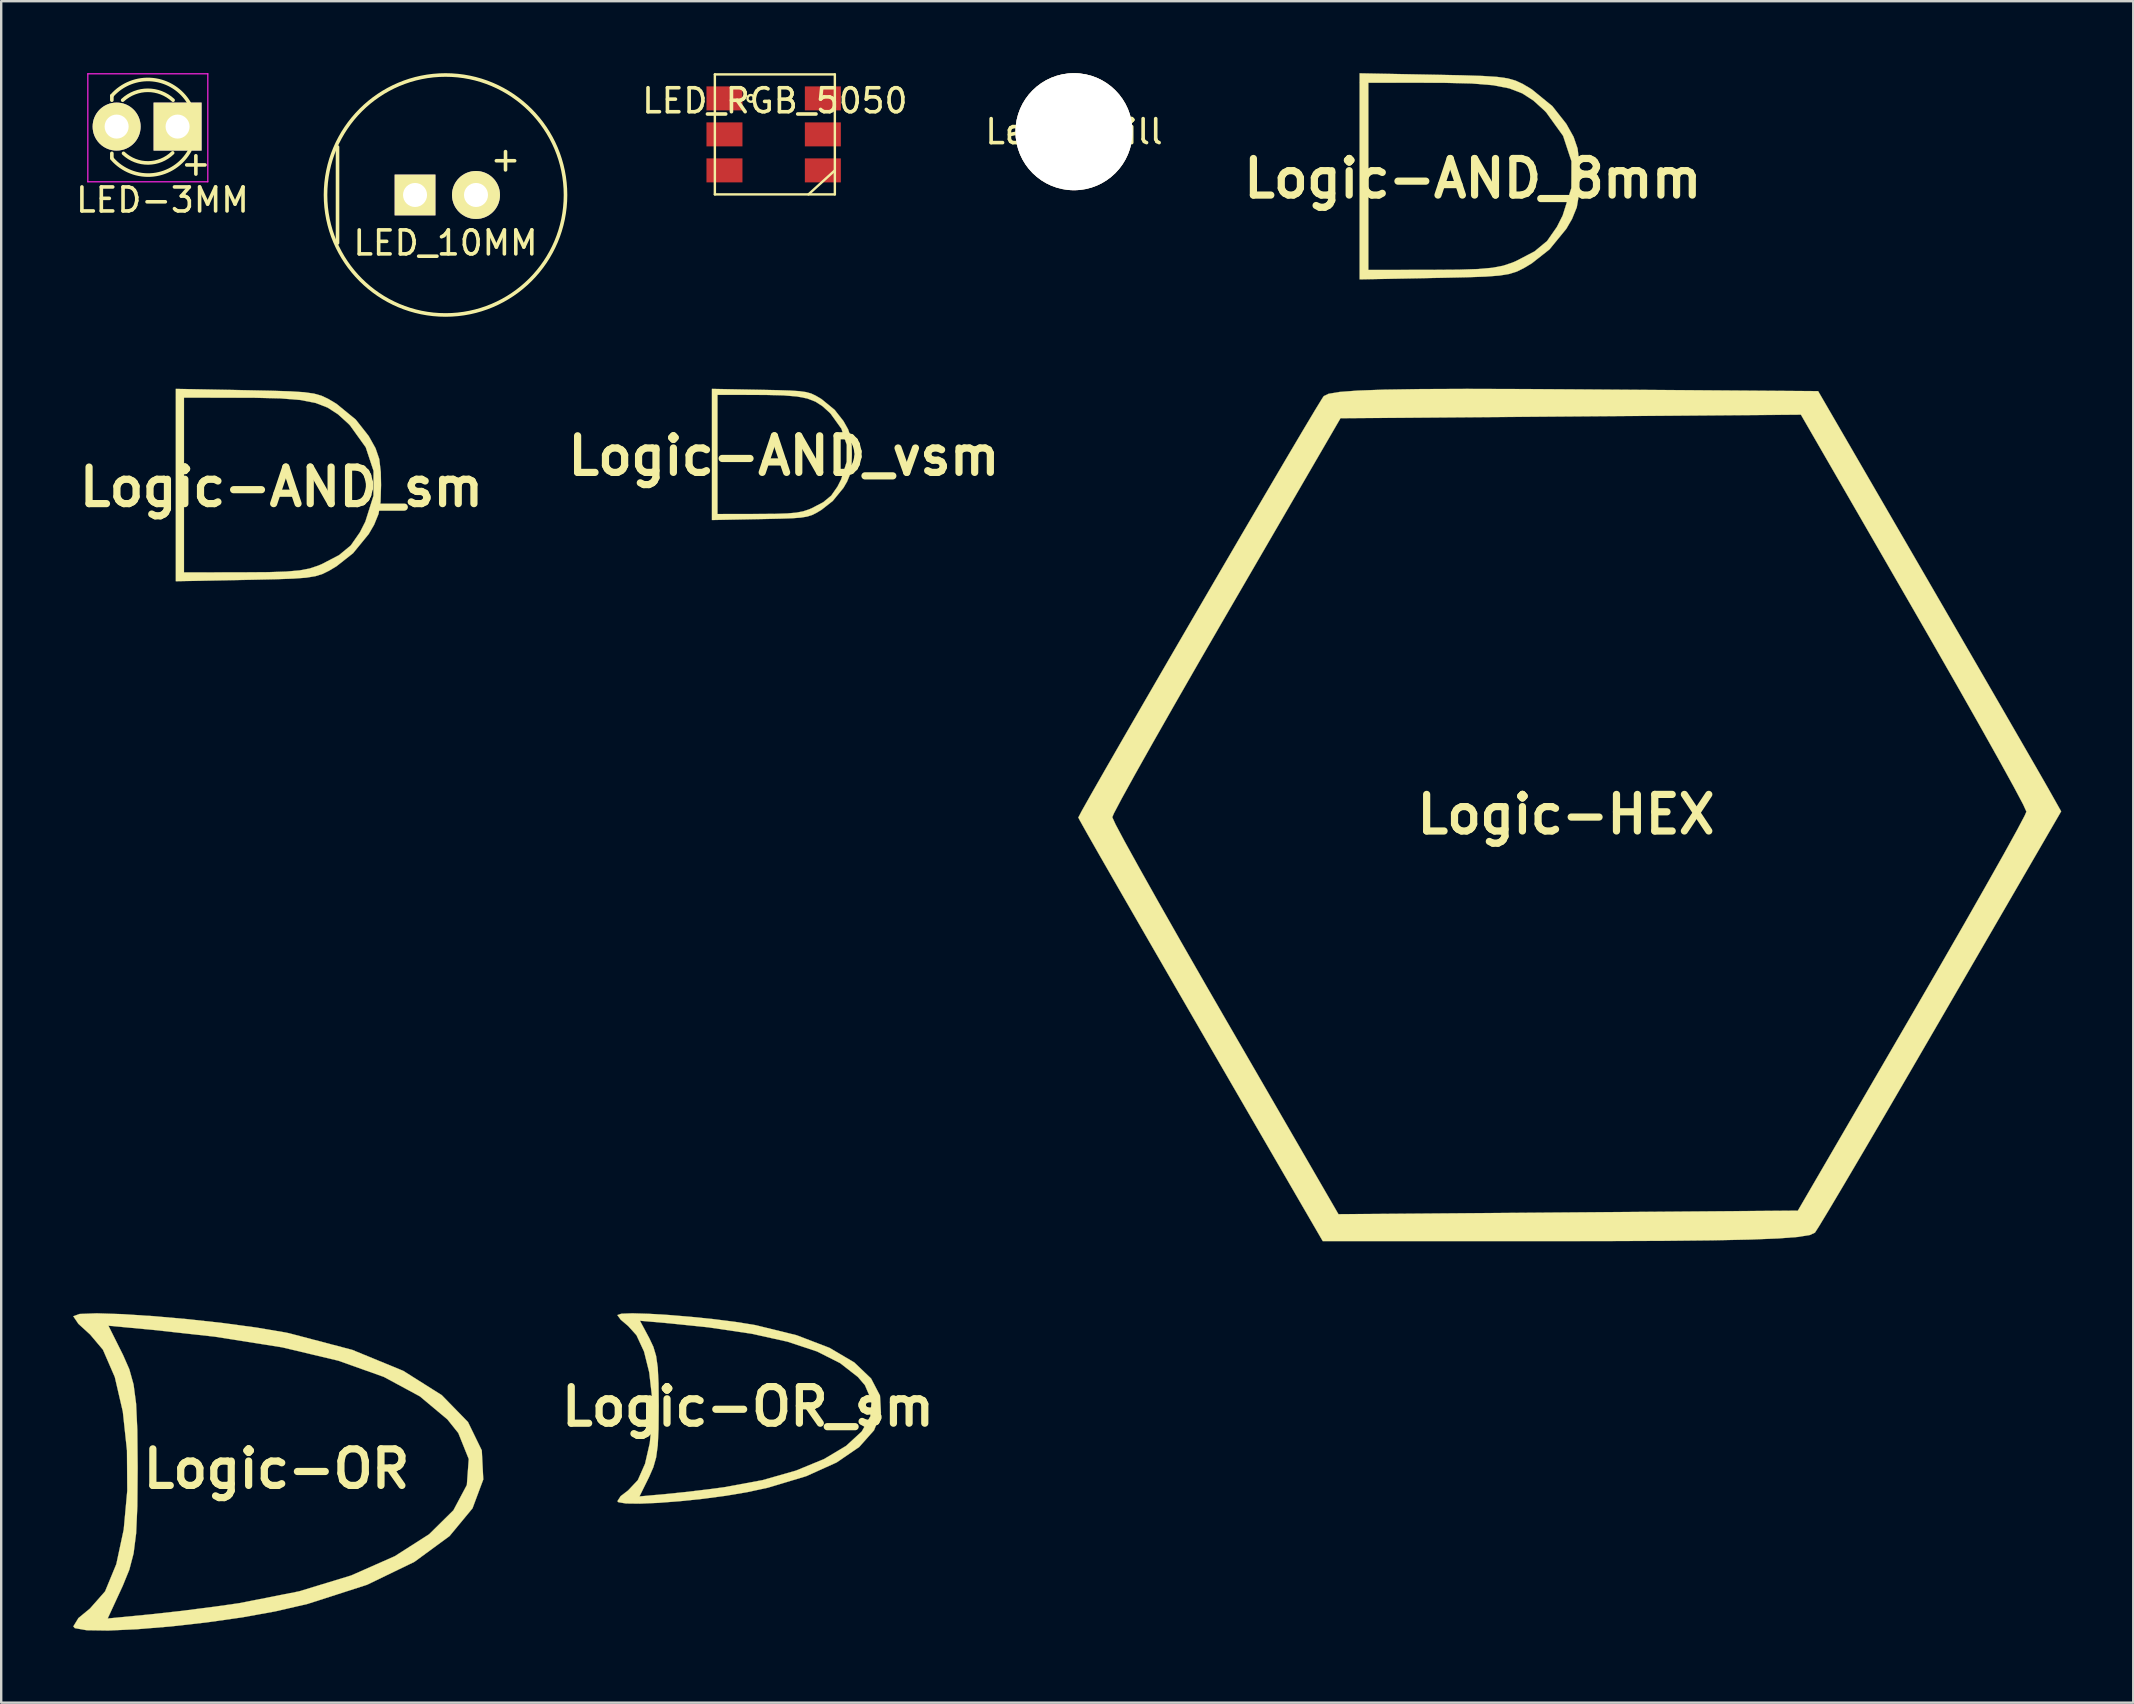
<source format=kicad_pcb>
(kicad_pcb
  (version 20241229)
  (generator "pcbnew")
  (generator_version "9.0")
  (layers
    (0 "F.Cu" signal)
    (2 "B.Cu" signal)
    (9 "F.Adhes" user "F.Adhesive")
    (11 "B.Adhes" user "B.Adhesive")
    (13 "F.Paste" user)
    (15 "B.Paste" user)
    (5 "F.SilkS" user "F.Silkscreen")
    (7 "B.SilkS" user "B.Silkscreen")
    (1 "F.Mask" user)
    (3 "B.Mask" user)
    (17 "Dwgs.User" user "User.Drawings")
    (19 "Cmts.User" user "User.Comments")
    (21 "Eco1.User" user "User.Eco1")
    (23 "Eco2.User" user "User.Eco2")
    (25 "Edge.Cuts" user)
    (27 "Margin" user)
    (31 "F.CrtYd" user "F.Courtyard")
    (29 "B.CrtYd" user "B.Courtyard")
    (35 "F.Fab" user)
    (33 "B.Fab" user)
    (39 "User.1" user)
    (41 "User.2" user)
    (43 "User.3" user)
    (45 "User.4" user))
  (footprint "Logic-HEX"
    (layer "F.Cu")
    (at 62.205 30.888)
    (property "Reference" "Logic-HEX" (at 0 0 0) (layer "F.SilkS") (effects (font (size 1.524 1.524) (thickness 0.3))))
    (attr through_hole)
    (fp_poly (pts (xy -1.701 -17.726) (xy 0.353 -17.713) (xy 10.508 -17.639) (xy 15.011 -9.878) (xy 16.14 -7.93) (xy 17.202 -6.097) (xy 18.156 -4.449) (xy 18.963 -3.052) (xy 19.584 -1.976) (xy 19.979 -1.288) (xy 20.074 -1.122) (xy 20.635 -0.127) (xy 15.647 8.474) (xy 14.477 10.488) (xy 13.389 12.354) (xy 12.416 14.014) (xy 11.593 15.411) (xy 10.955 16.485) (xy 10.535 17.179) (xy 10.375 17.427) (xy 10.164 17.525) (xy 9.674 17.605) (xy 8.862 17.668) (xy 7.684 17.715) (xy 6.096 17.748) (xy 4.054 17.769) (xy 1.515 17.779) (xy -0.022 17.78) (xy -10.135 17.78) (xy -11.241 15.875) (xy -13.113 12.648) (xy -14.799 9.739) (xy -16.285 7.171) (xy -17.559 4.965) (xy -18.608 3.144) (xy -19.419 1.732) (xy -19.979 0.749) (xy -20.275 0.219) (xy -20.32 0.127) (xy -20.314 0.116) (xy -18.906 0.116) (xy -18.77 0.413) (xy -18.383 1.139) (xy -17.777 2.235) (xy -16.987 3.642) (xy -16.044 5.301) (xy -14.982 7.153) (xy -14.195 8.515) (xy -9.481 16.658) (xy 9.663 16.51) (xy 14.423 8.326) (xy 15.556 6.37) (xy 16.593 4.567) (xy 17.5 2.974) (xy 18.246 1.651) (xy 18.795 0.656) (xy 19.116 0.048) (xy 19.187 -0.117) (xy 19.052 -0.415) (xy 18.666 -1.142) (xy 18.062 -2.239) (xy 17.273 -3.647) (xy 16.332 -5.307) (xy 15.272 -7.16) (xy 14.491 -8.517) (xy 9.79 -16.658) (xy 0.198 -16.584) (xy -9.395 -16.51) (xy -14.149 -8.326) (xy -15.281 -6.37) (xy -16.316 -4.567) (xy -17.223 -2.974) (xy -17.967 -1.651) (xy -18.515 -0.657) (xy -18.836 -0.049) (xy -18.906 0.116) (xy -20.314 0.116) (xy -20.184 -0.135) (xy -19.8 -0.817) (xy -19.209 -1.852) (xy -18.449 -3.173) (xy -17.559 -4.712) (xy -16.579 -6.403) (xy -15.546 -8.179) (xy -14.501 -9.972) (xy -13.482 -11.717) (xy -12.528 -13.344) (xy -11.679 -14.789) (xy -10.973 -15.983) (xy -10.449 -16.86) (xy -10.147 -17.353) (xy -10.094 -17.431) (xy -9.893 -17.528) (xy -9.436 -17.605) (xy -8.677 -17.662) (xy -7.57 -17.702) (xy -6.068 -17.725) (xy -4.128 -17.733) (xy -1.701 -17.726)) (stroke (width 0.01) (type solid)) (fill yes) (layer "F.SilkS")))
  (footprint "LED_RGB_5050"
    (layer "F.Cu")
    (at 29.239 2.55)
    (property "Reference" "LED_RGB_5050" (at 0 -1.4 0) (layer "F.SilkS") (effects (font (size 1 1) (thickness 0.15))))
    (attr smd)
    (fp_line (start -2.5 -2.5) (end 2.5 -2.5) (stroke (width 0.1) (type solid)) (layer "F.SilkS"))
    (fp_line (start -2.5 2.5) (end -2.5 -2.5) (stroke (width 0.1) (type solid)) (layer "F.SilkS"))
    (fp_line (start 2.5 -2.5) (end 2.5 2.5) (stroke (width 0.1) (type solid)) (layer "F.SilkS"))
    (fp_line (start 2.5 1.5) (end 1.4 2.5) (stroke (width 0.1) (type solid)) (layer "F.SilkS"))
    (fp_line (start 2.5 2.5) (end -2.5 2.5) (stroke (width 0.1) (type solid)) (layer "F.SilkS"))
    (fp_circle (center -1 -1.5) (end -1.1 -1.6) (stroke (width 0.1) (type solid)) (fill no) (layer "F.SilkS"))
    (pad "1" smd rect (at -2.1 -1.5 90) (size 1 1.5) (layers "F.Cu" "F.Mask" "F.Paste"))
    (pad "2" smd rect (at -2.1 0 90) (size 1 1.5) (layers "F.Cu" "F.Mask" "F.Paste"))
    (pad "3" smd rect (at -2.1 1.5 90) (size 1 1.5) (layers "F.Cu" "F.Mask" "F.Paste"))
    (pad "4" smd rect (at 2 1.5 90) (size 1 1.5) (layers "F.Cu" "F.Mask" "F.Paste"))
    (pad "5" smd rect (at 2 0 90) (size 1 1.5) (layers "F.Cu" "F.Mask" "F.Paste"))
    (pad "6" smd rect (at 2 -1.5 90) (size 1 1.5) (layers "F.Cu" "F.Mask" "F.Paste")))
  (footprint "Logic-OR_sm"
    (layer "F.Cu")
    (at 28.12 55.566)
    (property "Reference" "Logic-OR_sm" (at 0 0 0) (layer "F.SilkS") (effects (font (size 1.524 1.524) (thickness 0.3))))
    (attr through_hole)
    (fp_poly (pts (xy -4.132 -3.869) (xy -3.295 -3.819) (xy -2.371 -3.742) (xy -1.43 -3.646) (xy -0.538 -3.534) (xy 0.235 -3.411) (xy 0.329 -3.393) (xy 2.029 -2.975) (xy 3.396 -2.451) (xy 4.429 -1.842) (xy 5.13 -1.172) (xy 5.5 -0.462) (xy 5.54 0.265) (xy 5.251 0.987) (xy 4.635 1.681) (xy 3.693 2.326) (xy 2.425 2.898) (xy 0.834 3.376) (xy -0.034 3.564) (xy -0.919 3.713) (xy -1.875 3.84) (xy -2.836 3.94) (xy -3.735 4.009) (xy -4.507 4.042) (xy -5.085 4.035) (xy -5.402 3.982) (xy -5.443 3.939) (xy -5.313 3.741) (xy -4.523 3.741) (xy -3.395 3.639) (xy -2.585 3.556) (xy -1.652 3.445) (xy -0.998 3.358) (xy 0.606 3.062) (xy 2.001 2.664) (xy 3.169 2.183) (xy 4.088 1.634) (xy 4.739 1.035) (xy 5.099 0.403) (xy 5.15 -0.246) (xy 4.871 -0.896) (xy 4.578 -1.237) (xy 3.841 -1.812) (xy 2.876 -2.299) (xy 1.656 -2.705) (xy 0.153 -3.038) (xy -1.66 -3.306) (xy -3.295 -3.474) (xy -4.503 -3.58) (xy -4.111 -2.848) (xy -3.942 -2.489) (xy -3.829 -2.109) (xy -3.761 -1.631) (xy -3.728 -0.975) (xy -3.719 -0.064) (xy -3.719 0) (xy -3.728 0.934) (xy -3.76 1.612) (xy -3.828 2.113) (xy -3.943 2.521) (xy -4.115 2.916) (xy -4.121 2.929) (xy -4.523 3.741) (xy -5.313 3.741) (xy -5.306 3.729) (xy -4.996 3.491) (xy -4.592 3.062) (xy -4.291 2.381) (xy -4.093 1.518) (xy -3.998 0.548) (xy -4.006 -0.46) (xy -4.117 -1.431) (xy -4.332 -2.295) (xy -4.649 -2.978) (xy -4.993 -3.359) (xy -5.307 -3.626) (xy -5.443 -3.814) (xy -5.443 -3.817) (xy -5.274 -3.873) (xy -4.815 -3.889) (xy -4.132 -3.869)) (stroke (width 0.01) (type solid)) (fill yes) (layer "F.SilkS")))
  (footprint "LED_10MM"
    (layer "F.Cu")
    (at 15.515 5.075)
    (property "Reference" "LED_10MM" (at 0 2 0) (layer "F.SilkS") (effects (font (size 1 1) (thickness 0.15))))
    (attr through_hole)
    (fp_line (start -4.5 -2) (end -4.5 2) (stroke (width 0.15) (type solid)) (layer "F.SilkS"))
    (fp_circle (center 0 0) (end -5 0) (stroke (width 0.15) (type solid)) (fill no) (layer "F.SilkS"))
    (fp_text user "+" (at 2.5 -1.5 0) (layer "F.SilkS") (effects (font (size 1 1) (thickness 0.15))))
    (pad "1" thru_hole rect (at -1.27 0 90) (size 1.699 1.699) (drill 1.001) (layers "*.Cu" "*.Mask" "F.SilkS"))
    (pad "2" thru_hole circle (at 1.27 0) (size 1.999 1.999) (drill 1.001) (layers "*.Cu" "*.Mask" "F.SilkS")))
  (footprint "Logic-AND_8mm"
    (layer "F.Cu")
    (at 58.324 4.389)
    (property "Reference" "Logic-AND_8mm" (at 0 0 0) (layer "F.SilkS") (effects (font (size 1.524 1.524) (thickness 0.3))))
    (attr through_hole)
    (fp_poly (pts (xy -1.573 -4.324) (xy -0.435 -4.301) (xy 0.405 -4.274) (xy 1.011 -4.235) (xy 1.448 -4.174) (xy 1.78 -4.08) (xy 2.073 -3.945) (xy 2.39 -3.757) (xy 2.459 -3.714) (xy 3.315 -3.015) (xy 3.896 -2.277) (xy 4.198 -1.737) (xy 4.365 -1.253) (xy 4.434 -0.672) (xy 4.445 -0.091) (xy 4.423 0.659) (xy 4.332 1.2) (xy 4.134 1.685) (xy 3.896 2.096) (xy 3.196 2.952) (xy 2.459 3.533) (xy 2.13 3.731) (xy 1.838 3.876) (xy 1.518 3.977) (xy 1.107 4.044) (xy 0.538 4.087) (xy -0.251 4.115) (xy -1.326 4.138) (xy -1.573 4.142) (xy -4.717 4.203) (xy -4.717 3.81) (xy -4.354 3.81) (xy -1.678 3.806) (xy -0.585 3.798) (xy 0.218 3.772) (xy 0.808 3.72) (xy 1.256 3.635) (xy 1.637 3.508) (xy 1.811 3.433) (xy 2.569 3.038) (xy 3.093 2.605) (xy 3.503 2.017) (xy 3.743 1.542) (xy 4.106 0.394) (xy 4.11 -0.722) (xy 3.761 -1.778) (xy 3.062 -2.749) (xy 2.97 -2.844) (xy 2.522 -3.25) (xy 2.061 -3.548) (xy 1.522 -3.756) (xy 0.842 -3.888) (xy -0.045 -3.96) (xy -1.203 -3.988) (xy -1.769 -3.99) (xy -4.354 -3.991) (xy -4.354 3.81) (xy -4.717 3.81) (xy -4.717 -4.384) (xy -1.573 -4.324)) (stroke (width 0.01) (type solid)) (fill yes) (layer "F.SilkS")))
  (footprint "LED-3MM"
    (layer "F.Cu")
    (at 1.81 2.225)
    (property "Reference" "LED-3MM" (at 1.91 3.06 0) (layer "F.SilkS") (effects (font (size 1 1) (thickness 0.15))))
    (attr through_hole)
    (fp_line (start -0.199 -1.28) (end -0.199 -1.1) (stroke (width 0.15) (type solid)) (layer "F.SilkS"))
    (fp_line (start -0.199 1.314) (end -0.199 1.114) (stroke (width 0.15) (type solid)) (layer "F.SilkS"))
    (fp_arc (start -0.199 -1.286) (mid 1.495903 -1.954571) (end 3.028744 -0.969643) (stroke (width 0.15) (type solid)) (layer "F.SilkS"))
    (fp_arc (start 0.25 -1.1) (mid 1.301686 -1.512142) (end 2.353005 -1.099067) (stroke (width 0.15) (type solid)) (layer "F.SilkS"))
    (fp_arc (start 2.335 1.094) (mid 1.31492 1.51473) (end 0.287111 1.113252) (stroke (width 0.15) (type solid)) (layer "F.SilkS"))
    (fp_arc (start 3.051 0.994) (mid 1.522637 2.009958) (end -0.18622 1.340726) (stroke (width 0.15) (type solid)) (layer "F.SilkS"))
    (fp_line (start -1.2 -2.2) (end -1.2 2.3) (stroke (width 0.05) (type solid)) (layer "F.CrtYd"))
    (fp_line (start -1.2 2.3) (end 3.8 2.3) (stroke (width 0.05) (type solid)) (layer "F.CrtYd"))
    (fp_line (start 3.8 -2.2) (end -1.2 -2.2) (stroke (width 0.05) (type solid)) (layer "F.CrtYd"))
    (fp_line (start 3.8 2.3) (end 3.8 -2.2) (stroke (width 0.05) (type solid)) (layer "F.CrtYd"))
    (fp_text user "+" (at 3.302 1.524 0) (layer "F.SilkS") (effects (font (size 1 1) (thickness 0.15))))
    (pad "1" thru_hole circle (at 0 0 90) (size 2 2) (drill 1.001) (layers "*.Cu" "*.Mask" "F.SilkS"))
    (pad "2" thru_hole rect (at 2.54 0) (size 2 2) (drill 1.001) (layers "*.Cu" "*.Mask" "F.SilkS")))
  (footprint "Lego_Drill"
    (layer "F.Cu")
    (at 41.704 2.438)
    (property "Reference" "Lego_Drill" (at 0 0 0) (layer "F.SilkS") (effects (font (size 1 1) (thickness 0.15))))
    (attr through_hole)
    (pad "1" thru_hole circle (at 0 0) (size 4.877 4.877) (drill 4.877) (layers "*.Cu" "*.Mask" "F.SilkS")))
  (footprint "Logic-OR"
    (layer "F.Cu")
    (at 8.472 58.159)
    (property "Reference" "Logic-OR" (at 0 0 0) (layer "F.SilkS") (effects (font (size 1.524 1.524) (thickness 0.3))))
    (attr through_hole)
    (fp_poly (pts (xy -6.428 -6.448) (xy -5.126 -6.364) (xy -3.689 -6.237) (xy -2.224 -6.076) (xy -0.837 -5.889) (xy 0.365 -5.685) (xy 0.511 -5.655) (xy 3.157 -4.959) (xy 5.282 -4.085) (xy 6.889 -3.071) (xy 7.979 -1.953) (xy 8.555 -0.77) (xy 8.617 0.441) (xy 8.168 1.644) (xy 7.21 2.802) (xy 5.744 3.876) (xy 3.773 4.83) (xy 1.297 5.627) (xy -0.053 5.939) (xy -1.429 6.188) (xy -2.917 6.399) (xy -4.411 6.567) (xy -5.81 6.682) (xy -7.011 6.737) (xy -7.91 6.724) (xy -8.404 6.637) (xy -8.467 6.565) (xy -8.265 6.235) (xy -7.035 6.235) (xy -5.281 6.065) (xy -4.021 5.926) (xy -2.57 5.741) (xy -1.552 5.596) (xy 0.942 5.103) (xy 3.113 4.441) (xy 4.93 3.638) (xy 6.36 2.724) (xy 7.371 1.726) (xy 7.932 0.671) (xy 8.011 -0.411) (xy 7.576 -1.493) (xy 7.121 -2.062) (xy 5.975 -3.021) (xy 4.474 -3.832) (xy 2.576 -4.508) (xy 0.238 -5.064) (xy -2.582 -5.51) (xy -5.125 -5.79) (xy -7.004 -5.966) (xy -6.395 -4.747) (xy -6.132 -4.148) (xy -5.956 -3.516) (xy -5.851 -2.718) (xy -5.8 -1.625) (xy -5.786 -0.107) (xy -5.786 0) (xy -5.799 1.557) (xy -5.849 2.686) (xy -5.955 3.522) (xy -6.133 4.202) (xy -6.401 4.86) (xy -6.41 4.881) (xy -7.035 6.235) (xy -8.265 6.235) (xy -8.253 6.216) (xy -7.772 5.819) (xy -7.143 5.104) (xy -6.675 3.968) (xy -6.367 2.53) (xy -6.219 0.913) (xy -6.231 -0.766) (xy -6.404 -2.385) (xy -6.738 -3.825) (xy -7.232 -4.964) (xy -7.767 -5.599) (xy -8.256 -6.044) (xy -8.466 -6.356) (xy -8.467 -6.361) (xy -8.205 -6.455) (xy -7.49 -6.482) (xy -6.428 -6.448)) (stroke (width 0.01) (type solid)) (fill yes) (layer "F.SilkS")))
  (footprint "Logic-AND_vsm"
    (layer "F.Cu")
    (at 29.619 15.945)
    (property "Reference" "Logic-AND_vsm" (at 0 0 0) (layer "F.SilkS") (effects (font (size 1.524 1.524) (thickness 0.3))))
    (attr through_hole)
    (fp_poly (pts (xy -1.001 -2.752) (xy -0.277 -2.737) (xy 0.258 -2.72) (xy 0.643 -2.695) (xy 0.921 -2.656) (xy 1.133 -2.597) (xy 1.319 -2.51) (xy 1.521 -2.391) (xy 1.565 -2.364) (xy 2.11 -1.918) (xy 2.479 -1.449) (xy 2.672 -1.105) (xy 2.778 -0.797) (xy 2.822 -0.428) (xy 2.829 -0.058) (xy 2.815 0.42) (xy 2.757 0.764) (xy 2.631 1.072) (xy 2.479 1.334) (xy 2.034 1.879) (xy 1.565 2.248) (xy 1.356 2.375) (xy 1.17 2.467) (xy 0.966 2.531) (xy 0.704 2.574) (xy 0.343 2.601) (xy -0.16 2.618) (xy -0.844 2.633) (xy -1.001 2.636) (xy -3.002 2.675) (xy -3.002 2.425) (xy -2.771 2.425) (xy -1.068 2.422) (xy -0.373 2.417) (xy 0.139 2.4) (xy 0.514 2.367) (xy 0.799 2.313) (xy 1.042 2.232) (xy 1.152 2.185) (xy 1.635 1.933) (xy 1.968 1.658) (xy 2.229 1.284) (xy 2.382 0.981) (xy 2.613 0.25) (xy 2.616 -0.459) (xy 2.393 -1.131) (xy 1.949 -1.749) (xy 1.89 -1.81) (xy 1.605 -2.068) (xy 1.311 -2.258) (xy 0.969 -2.39) (xy 0.536 -2.474) (xy -0.029 -2.52) (xy -0.766 -2.538) (xy -1.126 -2.539) (xy -2.771 -2.54) (xy -2.771 2.425) (xy -3.002 2.425) (xy -3.002 -2.79) (xy -1.001 -2.752)) (stroke (width 0.01) (type solid)) (fill yes) (layer "F.SilkS")))
  (footprint "Logic-AND_sm"
    (layer "F.Cu")
    (at 8.68 17.247)
    (property "Reference" "Logic-AND_sm" (at 0 0 0) (layer "F.SilkS") (effects (font (size 1.524 1.524) (thickness 0.3))))
    (attr through_hole)
    (fp_poly (pts (xy -1.468 -4.036) (xy -0.406 -4.014) (xy 0.378 -3.989) (xy 0.944 -3.953) (xy 1.351 -3.896) (xy 1.662 -3.808) (xy 1.935 -3.682) (xy 2.231 -3.507) (xy 2.295 -3.467) (xy 3.094 -2.814) (xy 3.636 -2.125) (xy 3.918 -1.621) (xy 4.074 -1.169) (xy 4.138 -0.627) (xy 4.149 -0.085) (xy 4.128 0.615) (xy 4.044 1.12) (xy 3.859 1.572) (xy 3.636 1.956) (xy 2.983 2.755) (xy 2.295 3.298) (xy 1.988 3.483) (xy 1.715 3.618) (xy 1.417 3.712) (xy 1.033 3.775) (xy 0.502 3.814) (xy -0.234 3.84) (xy -1.238 3.862) (xy -1.468 3.866) (xy -4.403 3.923) (xy -4.403 3.556) (xy -4.064 3.556) (xy -1.566 3.552) (xy -0.546 3.545) (xy 0.204 3.52) (xy 0.754 3.472) (xy 1.172 3.393) (xy 1.528 3.274) (xy 1.69 3.204) (xy 2.398 2.836) (xy 2.887 2.432) (xy 3.269 1.883) (xy 3.494 1.439) (xy 3.832 0.367) (xy 3.836 -0.674) (xy 3.51 -1.659) (xy 2.858 -2.566) (xy 2.772 -2.654) (xy 2.354 -3.033) (xy 1.923 -3.312) (xy 1.421 -3.506) (xy 0.786 -3.629) (xy -0.042 -3.696) (xy -1.123 -3.722) (xy -1.651 -3.724) (xy -4.064 -3.725) (xy -4.064 3.556) (xy -4.403 3.556) (xy -4.403 -4.092) (xy -1.468 -4.036)) (stroke (width 0.01) (type solid)) (fill yes) (layer "F.SilkS")))
  (gr_rect
    (start -3 -3)
    (end 85.844 67.901)
    (stroke (width 0.1) (type default))
    (fill no)
    (layer "Edge.Cuts")))
</source>
